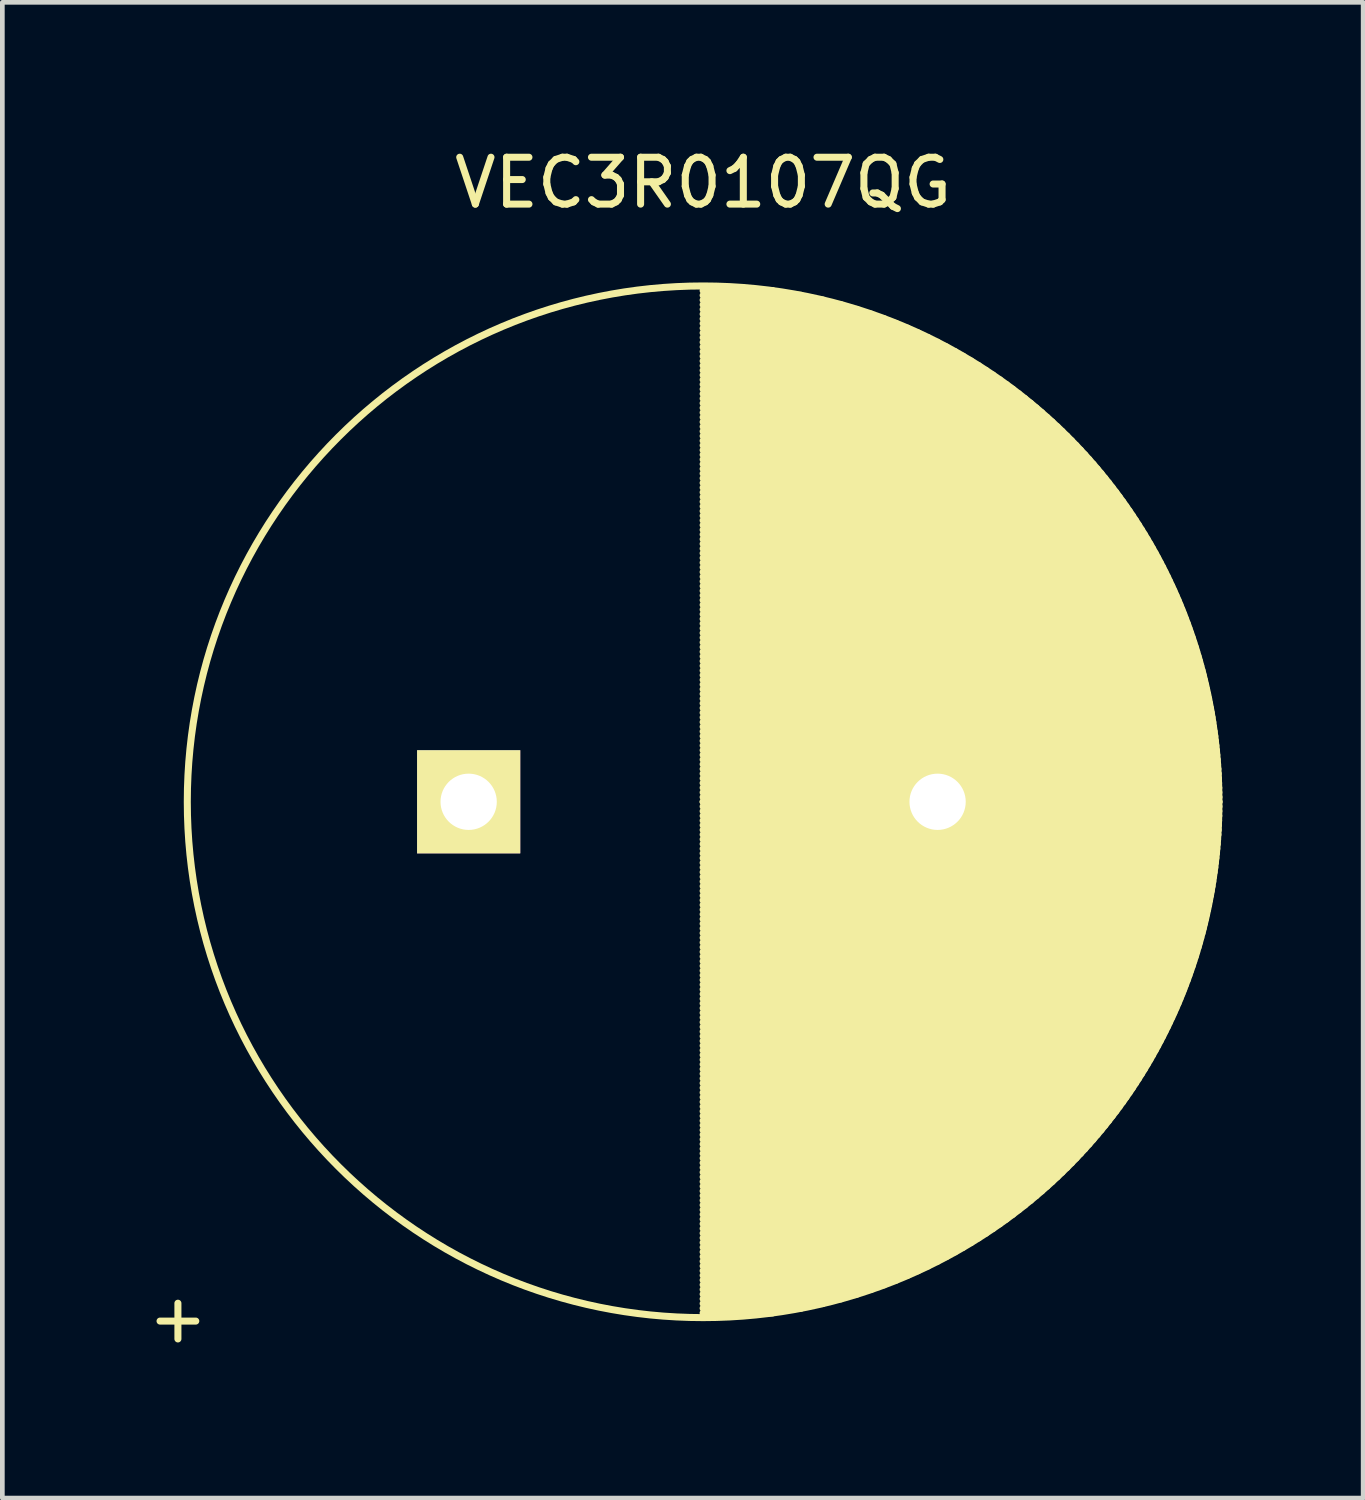
<source format=kicad_pcb>
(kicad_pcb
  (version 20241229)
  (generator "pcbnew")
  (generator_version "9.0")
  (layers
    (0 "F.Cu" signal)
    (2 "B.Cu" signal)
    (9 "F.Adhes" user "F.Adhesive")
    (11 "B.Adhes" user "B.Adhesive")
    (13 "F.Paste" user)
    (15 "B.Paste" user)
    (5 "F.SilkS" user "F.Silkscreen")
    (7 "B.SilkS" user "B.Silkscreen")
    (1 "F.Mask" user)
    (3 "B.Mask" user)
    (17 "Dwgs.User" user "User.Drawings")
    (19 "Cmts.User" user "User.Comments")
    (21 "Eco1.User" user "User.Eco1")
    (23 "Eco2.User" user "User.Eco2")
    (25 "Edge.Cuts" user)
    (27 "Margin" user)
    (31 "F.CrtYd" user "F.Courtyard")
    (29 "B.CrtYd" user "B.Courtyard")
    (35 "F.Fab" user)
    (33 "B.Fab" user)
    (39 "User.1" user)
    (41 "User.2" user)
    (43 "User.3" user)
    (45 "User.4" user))
  (footprint "VEC3R0107QG"
    (layer "F.Cu")
    (at 6.944 14.048)
    (property "Reference" "VEC3R0107QG" (at 5 -13.2 0) (layer "F.SilkS") (effects (font (size 1 1) (thickness 0.15))))
    (attr through_hole)
    (fp_line (start 5 -10.9) (end 6.48 -10.9) (stroke (width 0.15) (type solid)) (layer "F.SilkS"))
    (fp_line (start 5 -10.8) (end 7.088 -10.8) (stroke (width 0.15) (type solid)) (layer "F.SilkS"))
    (fp_line (start 5 -10.7) (end 7.551 -10.7) (stroke (width 0.15) (type solid)) (layer "F.SilkS"))
    (fp_line (start 5 -10.6) (end 7.939 -10.6) (stroke (width 0.15) (type solid)) (layer "F.SilkS"))
    (fp_line (start 5 -10.5) (end 8.279 -10.5) (stroke (width 0.15) (type solid)) (layer "F.SilkS"))
    (fp_line (start 5 -10.4) (end 8.583 -10.4) (stroke (width 0.15) (type solid)) (layer "F.SilkS"))
    (fp_line (start 5 -10.3) (end 8.861 -10.3) (stroke (width 0.15) (type solid)) (layer "F.SilkS"))
    (fp_line (start 5 -10.2) (end 9.118 -10.2) (stroke (width 0.15) (type solid)) (layer "F.SilkS"))
    (fp_line (start 5 -10.1) (end 9.358 -10.1) (stroke (width 0.15) (type solid)) (layer "F.SilkS"))
    (fp_line (start 5 -10) (end 9.583 -10) (stroke (width 0.15) (type solid)) (layer "F.SilkS"))
    (fp_line (start 5 -9.9) (end 9.795 -9.9) (stroke (width 0.15) (type solid)) (layer "F.SilkS"))
    (fp_line (start 5 -9.8) (end 9.996 -9.8) (stroke (width 0.15) (type solid)) (layer "F.SilkS"))
    (fp_line (start 5 -9.7) (end 10.187 -9.7) (stroke (width 0.15) (type solid)) (layer "F.SilkS"))
    (fp_line (start 5 -9.6) (end 10.37 -9.6) (stroke (width 0.15) (type solid)) (layer "F.SilkS"))
    (fp_line (start 5 -9.5) (end 10.545 -9.5) (stroke (width 0.15) (type solid)) (layer "F.SilkS"))
    (fp_line (start 5 -9.4) (end 10.713 -9.4) (stroke (width 0.15) (type solid)) (layer "F.SilkS"))
    (fp_line (start 5 -9.3) (end 10.875 -9.3) (stroke (width 0.15) (type solid)) (layer "F.SilkS"))
    (fp_line (start 5 -9.2) (end 11.03 -9.2) (stroke (width 0.15) (type solid)) (layer "F.SilkS"))
    (fp_line (start 5 -9.1) (end 11.18 -9.1) (stroke (width 0.15) (type solid)) (layer "F.SilkS"))
    (fp_line (start 5 -9) (end 11.325 -9) (stroke (width 0.15) (type solid)) (layer "F.SilkS"))
    (fp_line (start 5 -8.9) (end 11.465 -8.9) (stroke (width 0.15) (type solid)) (layer "F.SilkS"))
    (fp_line (start 5 -8.8) (end 11.6 -8.8) (stroke (width 0.15) (type solid)) (layer "F.SilkS"))
    (fp_line (start 5 -8.7) (end 11.731 -8.7) (stroke (width 0.15) (type solid)) (layer "F.SilkS"))
    (fp_line (start 5 -8.6) (end 11.859 -8.6) (stroke (width 0.15) (type solid)) (layer "F.SilkS"))
    (fp_line (start 5 -8.5) (end 11.982 -8.5) (stroke (width 0.15) (type solid)) (layer "F.SilkS"))
    (fp_line (start 5 -8.4) (end 12.102 -8.4) (stroke (width 0.15) (type solid)) (layer "F.SilkS"))
    (fp_line (start 5 -8.3) (end 12.219 -8.3) (stroke (width 0.15) (type solid)) (layer "F.SilkS"))
    (fp_line (start 5 -8.2) (end 12.332 -8.2) (stroke (width 0.15) (type solid)) (layer "F.SilkS"))
    (fp_line (start 5 -8.1) (end 12.442 -8.1) (stroke (width 0.15) (type solid)) (layer "F.SilkS"))
    (fp_line (start 5 -8) (end 12.55 -8) (stroke (width 0.15) (type solid)) (layer "F.SilkS"))
    (fp_line (start 5 -7.9) (end 12.654 -7.9) (stroke (width 0.15) (type solid)) (layer "F.SilkS"))
    (fp_line (start 5 -7.8) (end 12.756 -7.8) (stroke (width 0.15) (type solid)) (layer "F.SilkS"))
    (fp_line (start 5 -7.7) (end 12.856 -7.7) (stroke (width 0.15) (type solid)) (layer "F.SilkS"))
    (fp_line (start 5 -7.6) (end 12.952 -7.6) (stroke (width 0.15) (type solid)) (layer "F.SilkS"))
    (fp_line (start 5 -7.5) (end 13.047 -7.5) (stroke (width 0.15) (type solid)) (layer "F.SilkS"))
    (fp_line (start 5 -7.4) (end 13.139 -7.4) (stroke (width 0.15) (type solid)) (layer "F.SilkS"))
    (fp_line (start 5 -7.3) (end 13.229 -7.3) (stroke (width 0.15) (type solid)) (layer "F.SilkS"))
    (fp_line (start 5 -7.2) (end 13.316 -7.2) (stroke (width 0.15) (type solid)) (layer "F.SilkS"))
    (fp_line (start 5 -7.1) (end 13.402 -7.1) (stroke (width 0.15) (type solid)) (layer "F.SilkS"))
    (fp_line (start 5 -7) (end 13.485 -7) (stroke (width 0.15) (type solid)) (layer "F.SilkS"))
    (fp_line (start 5 -6.9) (end 13.567 -6.9) (stroke (width 0.15) (type solid)) (layer "F.SilkS"))
    (fp_line (start 5 -6.8) (end 13.646 -6.8) (stroke (width 0.15) (type solid)) (layer "F.SilkS"))
    (fp_line (start 5 -6.7) (end 13.724 -6.7) (stroke (width 0.15) (type solid)) (layer "F.SilkS"))
    (fp_line (start 5 -6.6) (end 13.8 -6.6) (stroke (width 0.15) (type solid)) (layer "F.SilkS"))
    (fp_line (start 5 -6.5) (end 13.874 -6.5) (stroke (width 0.15) (type solid)) (layer "F.SilkS"))
    (fp_line (start 5 -6.4) (end 13.947 -6.4) (stroke (width 0.15) (type solid)) (layer "F.SilkS"))
    (fp_line (start 5 -6.3) (end 14.017 -6.3) (stroke (width 0.15) (type solid)) (layer "F.SilkS"))
    (fp_line (start 5 -6.2) (end 14.086 -6.2) (stroke (width 0.15) (type solid)) (layer "F.SilkS"))
    (fp_line (start 5 -6.1) (end 14.154 -6.1) (stroke (width 0.15) (type solid)) (layer "F.SilkS"))
    (fp_line (start 5 -6) (end 14.22 -6) (stroke (width 0.15) (type solid)) (layer "F.SilkS"))
    (fp_line (start 5 -5.9) (end 14.284 -5.9) (stroke (width 0.15) (type solid)) (layer "F.SilkS"))
    (fp_line (start 5 -5.8) (end 14.347 -5.8) (stroke (width 0.15) (type solid)) (layer "F.SilkS"))
    (fp_line (start 5 -5.7) (end 14.408 -5.7) (stroke (width 0.15) (type solid)) (layer "F.SilkS"))
    (fp_line (start 5 -5.6) (end 14.468 -5.6) (stroke (width 0.15) (type solid)) (layer "F.SilkS"))
    (fp_line (start 5 -5.5) (end 14.526 -5.5) (stroke (width 0.15) (type solid)) (layer "F.SilkS"))
    (fp_line (start 5 -5.4) (end 14.583 -5.4) (stroke (width 0.15) (type solid)) (layer "F.SilkS"))
    (fp_line (start 5 -5.3) (end 14.639 -5.3) (stroke (width 0.15) (type solid)) (layer "F.SilkS"))
    (fp_line (start 5 -5.2) (end 14.693 -5.2) (stroke (width 0.15) (type solid)) (layer "F.SilkS"))
    (fp_line (start 5 -5.1) (end 14.746 -5.1) (stroke (width 0.15) (type solid)) (layer "F.SilkS"))
    (fp_line (start 5 -5) (end 14.798 -5) (stroke (width 0.15) (type solid)) (layer "F.SilkS"))
    (fp_line (start 5 -4.9) (end 14.848 -4.9) (stroke (width 0.15) (type solid)) (layer "F.SilkS"))
    (fp_line (start 5 -4.8) (end 14.897 -4.8) (stroke (width 0.15) (type solid)) (layer "F.SilkS"))
    (fp_line (start 5 -4.7) (end 14.945 -4.7) (stroke (width 0.15) (type solid)) (layer "F.SilkS"))
    (fp_line (start 5 -4.6) (end 14.992 -4.6) (stroke (width 0.15) (type solid)) (layer "F.SilkS"))
    (fp_line (start 5 -4.5) (end 15.037 -4.5) (stroke (width 0.15) (type solid)) (layer "F.SilkS"))
    (fp_line (start 5 -4.4) (end 15.082 -4.4) (stroke (width 0.15) (type solid)) (layer "F.SilkS"))
    (fp_line (start 5 -4.3) (end 15.125 -4.3) (stroke (width 0.15) (type solid)) (layer "F.SilkS"))
    (fp_line (start 5 -4.2) (end 15.167 -4.2) (stroke (width 0.15) (type solid)) (layer "F.SilkS"))
    (fp_line (start 5 -4.1) (end 15.207 -4.1) (stroke (width 0.15) (type solid)) (layer "F.SilkS"))
    (fp_line (start 5 -4) (end 15.247 -4) (stroke (width 0.15) (type solid)) (layer "F.SilkS"))
    (fp_line (start 5 -3.9) (end 15.285 -3.9) (stroke (width 0.15) (type solid)) (layer "F.SilkS"))
    (fp_line (start 5 -3.8) (end 15.323 -3.8) (stroke (width 0.15) (type solid)) (layer "F.SilkS"))
    (fp_line (start 5 -3.7) (end 15.359 -3.7) (stroke (width 0.15) (type solid)) (layer "F.SilkS"))
    (fp_line (start 5 -3.6) (end 15.394 -3.6) (stroke (width 0.15) (type solid)) (layer "F.SilkS"))
    (fp_line (start 5 -3.5) (end 15.428 -3.5) (stroke (width 0.15) (type solid)) (layer "F.SilkS"))
    (fp_line (start 5 -3.4) (end 15.461 -3.4) (stroke (width 0.15) (type solid)) (layer "F.SilkS"))
    (fp_line (start 5 -3.3) (end 15.493 -3.3) (stroke (width 0.15) (type solid)) (layer "F.SilkS"))
    (fp_line (start 5 -3.2) (end 15.524 -3.2) (stroke (width 0.15) (type solid)) (layer "F.SilkS"))
    (fp_line (start 5 -3.1) (end 15.554 -3.1) (stroke (width 0.15) (type solid)) (layer "F.SilkS"))
    (fp_line (start 5 -3) (end 15.583 -3) (stroke (width 0.15) (type solid)) (layer "F.SilkS"))
    (fp_line (start 5 -2.9) (end 15.611 -2.9) (stroke (width 0.15) (type solid)) (layer "F.SilkS"))
    (fp_line (start 5 -2.8) (end 15.638 -2.8) (stroke (width 0.15) (type solid)) (layer "F.SilkS"))
    (fp_line (start 5 -2.7) (end 15.663 -2.7) (stroke (width 0.15) (type solid)) (layer "F.SilkS"))
    (fp_line (start 5 -2.6) (end 15.688 -2.6) (stroke (width 0.15) (type solid)) (layer "F.SilkS"))
    (fp_line (start 5 -2.5) (end 15.712 -2.5) (stroke (width 0.15) (type solid)) (layer "F.SilkS"))
    (fp_line (start 5 -2.4) (end 15.735 -2.4) (stroke (width 0.15) (type solid)) (layer "F.SilkS"))
    (fp_line (start 5 -2.3) (end 15.757 -2.3) (stroke (width 0.15) (type solid)) (layer "F.SilkS"))
    (fp_line (start 5 -2.2) (end 15.778 -2.2) (stroke (width 0.15) (type solid)) (layer "F.SilkS"))
    (fp_line (start 5 -2.1) (end 15.798 -2.1) (stroke (width 0.15) (type solid)) (layer "F.SilkS"))
    (fp_line (start 5 -2) (end 15.817 -2) (stroke (width 0.15) (type solid)) (layer "F.SilkS"))
    (fp_line (start 5 -1.9) (end 15.835 -1.9) (stroke (width 0.15) (type solid)) (layer "F.SilkS"))
    (fp_line (start 5 -1.8) (end 15.852 -1.8) (stroke (width 0.15) (type solid)) (layer "F.SilkS"))
    (fp_line (start 5 -1.7) (end 15.868 -1.7) (stroke (width 0.15) (type solid)) (layer "F.SilkS"))
    (fp_line (start 5 -1.6) (end 15.883 -1.6) (stroke (width 0.15) (type solid)) (layer "F.SilkS"))
    (fp_line (start 5 -1.5) (end 15.897 -1.5) (stroke (width 0.15) (type solid)) (layer "F.SilkS"))
    (fp_line (start 5 -1.4) (end 15.911 -1.4) (stroke (width 0.15) (type solid)) (layer "F.SilkS"))
    (fp_line (start 5 -1.3) (end 15.923 -1.3) (stroke (width 0.15) (type solid)) (layer "F.SilkS"))
    (fp_line (start 5 -1.2) (end 15.934 -1.2) (stroke (width 0.15) (type solid)) (layer "F.SilkS"))
    (fp_line (start 5 -1.1) (end 15.945 -1.1) (stroke (width 0.15) (type solid)) (layer "F.SilkS"))
    (fp_line (start 5 -1) (end 15.954 -1) (stroke (width 0.15) (type solid)) (layer "F.SilkS"))
    (fp_line (start 5 -0.9) (end 15.963 -0.9) (stroke (width 0.15) (type solid)) (layer "F.SilkS"))
    (fp_line (start 5 -0.8) (end 15.971 -0.8) (stroke (width 0.15) (type solid)) (layer "F.SilkS"))
    (fp_line (start 5 -0.7) (end 15.978 -0.7) (stroke (width 0.15) (type solid)) (layer "F.SilkS"))
    (fp_line (start 5 -0.6) (end 15.984 -0.6) (stroke (width 0.15) (type solid)) (layer "F.SilkS"))
    (fp_line (start 5 -0.5) (end 15.989 -0.5) (stroke (width 0.15) (type solid)) (layer "F.SilkS"))
    (fp_line (start 5 -0.4) (end 15.993 -0.4) (stroke (width 0.15) (type solid)) (layer "F.SilkS"))
    (fp_line (start 5 -0.3) (end 15.996 -0.3) (stroke (width 0.15) (type solid)) (layer "F.SilkS"))
    (fp_line (start 5 -0.2) (end 15.998 -0.2) (stroke (width 0.15) (type solid)) (layer "F.SilkS"))
    (fp_line (start 5 -0.1) (end 16 -0.1) (stroke (width 0.15) (type solid)) (layer "F.SilkS"))
    (fp_line (start 5 0) (end 16 0) (stroke (width 0.15) (type solid)) (layer "F.SilkS"))
    (fp_line (start 5 0) (end 16 0) (stroke (width 0.15) (type solid)) (layer "F.SilkS"))
    (fp_line (start 5 0.1) (end 16 0.1) (stroke (width 0.15) (type solid)) (layer "F.SilkS"))
    (fp_line (start 5 0.2) (end 15.998 0.2) (stroke (width 0.15) (type solid)) (layer "F.SilkS"))
    (fp_line (start 5 0.3) (end 15.996 0.3) (stroke (width 0.15) (type solid)) (layer "F.SilkS"))
    (fp_line (start 5 0.4) (end 15.993 0.4) (stroke (width 0.15) (type solid)) (layer "F.SilkS"))
    (fp_line (start 5 0.5) (end 15.989 0.5) (stroke (width 0.15) (type solid)) (layer "F.SilkS"))
    (fp_line (start 5 0.6) (end 15.984 0.6) (stroke (width 0.15) (type solid)) (layer "F.SilkS"))
    (fp_line (start 5 0.7) (end 15.978 0.7) (stroke (width 0.15) (type solid)) (layer "F.SilkS"))
    (fp_line (start 5 0.8) (end 15.971 0.8) (stroke (width 0.15) (type solid)) (layer "F.SilkS"))
    (fp_line (start 5 0.9) (end 15.963 0.9) (stroke (width 0.15) (type solid)) (layer "F.SilkS"))
    (fp_line (start 5 1) (end 15.954 1) (stroke (width 0.15) (type solid)) (layer "F.SilkS"))
    (fp_line (start 5 1.1) (end 15.945 1.1) (stroke (width 0.15) (type solid)) (layer "F.SilkS"))
    (fp_line (start 5 1.2) (end 15.934 1.2) (stroke (width 0.15) (type solid)) (layer "F.SilkS"))
    (fp_line (start 5 1.3) (end 15.923 1.3) (stroke (width 0.15) (type solid)) (layer "F.SilkS"))
    (fp_line (start 5 1.4) (end 15.911 1.4) (stroke (width 0.15) (type solid)) (layer "F.SilkS"))
    (fp_line (start 5 1.5) (end 15.897 1.5) (stroke (width 0.15) (type solid)) (layer "F.SilkS"))
    (fp_line (start 5 1.6) (end 15.883 1.6) (stroke (width 0.15) (type solid)) (layer "F.SilkS"))
    (fp_line (start 5 1.7) (end 15.868 1.7) (stroke (width 0.15) (type solid)) (layer "F.SilkS"))
    (fp_line (start 5 1.8) (end 15.852 1.8) (stroke (width 0.15) (type solid)) (layer "F.SilkS"))
    (fp_line (start 5 1.9) (end 15.835 1.9) (stroke (width 0.15) (type solid)) (layer "F.SilkS"))
    (fp_line (start 5 2) (end 15.817 2) (stroke (width 0.15) (type solid)) (layer "F.SilkS"))
    (fp_line (start 5 2.1) (end 15.798 2.1) (stroke (width 0.15) (type solid)) (layer "F.SilkS"))
    (fp_line (start 5 2.2) (end 15.778 2.2) (stroke (width 0.15) (type solid)) (layer "F.SilkS"))
    (fp_line (start 5 2.3) (end 15.757 2.3) (stroke (width 0.15) (type solid)) (layer "F.SilkS"))
    (fp_line (start 5 2.4) (end 15.735 2.4) (stroke (width 0.15) (type solid)) (layer "F.SilkS"))
    (fp_line (start 5 2.5) (end 15.712 2.5) (stroke (width 0.15) (type solid)) (layer "F.SilkS"))
    (fp_line (start 5 2.6) (end 15.688 2.6) (stroke (width 0.15) (type solid)) (layer "F.SilkS"))
    (fp_line (start 5 2.7) (end 15.663 2.7) (stroke (width 0.15) (type solid)) (layer "F.SilkS"))
    (fp_line (start 5 2.8) (end 15.638 2.8) (stroke (width 0.15) (type solid)) (layer "F.SilkS"))
    (fp_line (start 5 2.9) (end 15.611 2.9) (stroke (width 0.15) (type solid)) (layer "F.SilkS"))
    (fp_line (start 5 3) (end 15.583 3) (stroke (width 0.15) (type solid)) (layer "F.SilkS"))
    (fp_line (start 5 3.1) (end 15.554 3.1) (stroke (width 0.15) (type solid)) (layer "F.SilkS"))
    (fp_line (start 5 3.2) (end 15.524 3.2) (stroke (width 0.15) (type solid)) (layer "F.SilkS"))
    (fp_line (start 5 3.3) (end 15.493 3.3) (stroke (width 0.15) (type solid)) (layer "F.SilkS"))
    (fp_line (start 5 3.4) (end 15.461 3.4) (stroke (width 0.15) (type solid)) (layer "F.SilkS"))
    (fp_line (start 5 3.5) (end 15.428 3.5) (stroke (width 0.15) (type solid)) (layer "F.SilkS"))
    (fp_line (start 5 3.6) (end 15.394 3.6) (stroke (width 0.15) (type solid)) (layer "F.SilkS"))
    (fp_line (start 5 3.7) (end 15.359 3.7) (stroke (width 0.15) (type solid)) (layer "F.SilkS"))
    (fp_line (start 5 3.8) (end 15.323 3.8) (stroke (width 0.15) (type solid)) (layer "F.SilkS"))
    (fp_line (start 5 3.9) (end 15.285 3.9) (stroke (width 0.15) (type solid)) (layer "F.SilkS"))
    (fp_line (start 5 4) (end 15.247 4) (stroke (width 0.15) (type solid)) (layer "F.SilkS"))
    (fp_line (start 5 4.1) (end 15.207 4.1) (stroke (width 0.15) (type solid)) (layer "F.SilkS"))
    (fp_line (start 5 4.2) (end 15.167 4.2) (stroke (width 0.15) (type solid)) (layer "F.SilkS"))
    (fp_line (start 5 4.3) (end 15.125 4.3) (stroke (width 0.15) (type solid)) (layer "F.SilkS"))
    (fp_line (start 5 4.4) (end 15.082 4.4) (stroke (width 0.15) (type solid)) (layer "F.SilkS"))
    (fp_line (start 5 4.5) (end 15.037 4.5) (stroke (width 0.15) (type solid)) (layer "F.SilkS"))
    (fp_line (start 5 4.6) (end 14.992 4.6) (stroke (width 0.15) (type solid)) (layer "F.SilkS"))
    (fp_line (start 5 4.7) (end 14.945 4.7) (stroke (width 0.15) (type solid)) (layer "F.SilkS"))
    (fp_line (start 5 4.8) (end 14.897 4.8) (stroke (width 0.15) (type solid)) (layer "F.SilkS"))
    (fp_line (start 5 4.9) (end 14.848 4.9) (stroke (width 0.15) (type solid)) (layer "F.SilkS"))
    (fp_line (start 5 5) (end 14.798 5) (stroke (width 0.15) (type solid)) (layer "F.SilkS"))
    (fp_line (start 5 5.1) (end 14.746 5.1) (stroke (width 0.15) (type solid)) (layer "F.SilkS"))
    (fp_line (start 5 5.2) (end 14.693 5.2) (stroke (width 0.15) (type solid)) (layer "F.SilkS"))
    (fp_line (start 5 5.3) (end 14.639 5.3) (stroke (width 0.15) (type solid)) (layer "F.SilkS"))
    (fp_line (start 5 5.4) (end 14.583 5.4) (stroke (width 0.15) (type solid)) (layer "F.SilkS"))
    (fp_line (start 5 5.5) (end 14.526 5.5) (stroke (width 0.15) (type solid)) (layer "F.SilkS"))
    (fp_line (start 5 5.6) (end 14.468 5.6) (stroke (width 0.15) (type solid)) (layer "F.SilkS"))
    (fp_line (start 5 5.7) (end 14.408 5.7) (stroke (width 0.15) (type solid)) (layer "F.SilkS"))
    (fp_line (start 5 5.8) (end 14.347 5.8) (stroke (width 0.15) (type solid)) (layer "F.SilkS"))
    (fp_line (start 5 5.9) (end 14.284 5.9) (stroke (width 0.15) (type solid)) (layer "F.SilkS"))
    (fp_line (start 5 6) (end 14.22 6) (stroke (width 0.15) (type solid)) (layer "F.SilkS"))
    (fp_line (start 5 6.1) (end 14.154 6.1) (stroke (width 0.15) (type solid)) (layer "F.SilkS"))
    (fp_line (start 5 6.2) (end 14.086 6.2) (stroke (width 0.15) (type solid)) (layer "F.SilkS"))
    (fp_line (start 5 6.3) (end 14.017 6.3) (stroke (width 0.15) (type solid)) (layer "F.SilkS"))
    (fp_line (start 5 6.4) (end 13.947 6.4) (stroke (width 0.15) (type solid)) (layer "F.SilkS"))
    (fp_line (start 5 6.5) (end 13.874 6.5) (stroke (width 0.15) (type solid)) (layer "F.SilkS"))
    (fp_line (start 5 6.6) (end 13.8 6.6) (stroke (width 0.15) (type solid)) (layer "F.SilkS"))
    (fp_line (start 5 6.7) (end 13.724 6.7) (stroke (width 0.15) (type solid)) (layer "F.SilkS"))
    (fp_line (start 5 6.8) (end 13.646 6.8) (stroke (width 0.15) (type solid)) (layer "F.SilkS"))
    (fp_line (start 5 6.9) (end 13.567 6.9) (stroke (width 0.15) (type solid)) (layer "F.SilkS"))
    (fp_line (start 5 7) (end 13.485 7) (stroke (width 0.15) (type solid)) (layer "F.SilkS"))
    (fp_line (start 5 7.1) (end 13.402 7.1) (stroke (width 0.15) (type solid)) (layer "F.SilkS"))
    (fp_line (start 5 7.2) (end 13.316 7.2) (stroke (width 0.15) (type solid)) (layer "F.SilkS"))
    (fp_line (start 5 7.3) (end 13.229 7.3) (stroke (width 0.15) (type solid)) (layer "F.SilkS"))
    (fp_line (start 5 7.4) (end 13.139 7.4) (stroke (width 0.15) (type solid)) (layer "F.SilkS"))
    (fp_line (start 5 7.5) (end 13.047 7.5) (stroke (width 0.15) (type solid)) (layer "F.SilkS"))
    (fp_line (start 5 7.6) (end 12.952 7.6) (stroke (width 0.15) (type solid)) (layer "F.SilkS"))
    (fp_line (start 5 7.7) (end 12.856 7.7) (stroke (width 0.15) (type solid)) (layer "F.SilkS"))
    (fp_line (start 5 7.8) (end 12.756 7.8) (stroke (width 0.15) (type solid)) (layer "F.SilkS"))
    (fp_line (start 5 7.9) (end 12.654 7.9) (stroke (width 0.15) (type solid)) (layer "F.SilkS"))
    (fp_line (start 5 8) (end 12.55 8) (stroke (width 0.15) (type solid)) (layer "F.SilkS"))
    (fp_line (start 5 8.1) (end 12.442 8.1) (stroke (width 0.15) (type solid)) (layer "F.SilkS"))
    (fp_line (start 5 8.2) (end 12.332 8.2) (stroke (width 0.15) (type solid)) (layer "F.SilkS"))
    (fp_line (start 5 8.3) (end 12.219 8.3) (stroke (width 0.15) (type solid)) (layer "F.SilkS"))
    (fp_line (start 5 8.4) (end 12.102 8.4) (stroke (width 0.15) (type solid)) (layer "F.SilkS"))
    (fp_line (start 5 8.5) (end 11.982 8.5) (stroke (width 0.15) (type solid)) (layer "F.SilkS"))
    (fp_line (start 5 8.6) (end 11.859 8.6) (stroke (width 0.15) (type solid)) (layer "F.SilkS"))
    (fp_line (start 5 8.7) (end 11.731 8.7) (stroke (width 0.15) (type solid)) (layer "F.SilkS"))
    (fp_line (start 5 8.8) (end 11.6 8.8) (stroke (width 0.15) (type solid)) (layer "F.SilkS"))
    (fp_line (start 5 8.9) (end 11.465 8.9) (stroke (width 0.15) (type solid)) (layer "F.SilkS"))
    (fp_line (start 5 9) (end 11.325 9) (stroke (width 0.15) (type solid)) (layer "F.SilkS"))
    (fp_line (start 5 9.1) (end 11.18 9.1) (stroke (width 0.15) (type solid)) (layer "F.SilkS"))
    (fp_line (start 5 9.2) (end 11.03 9.2) (stroke (width 0.15) (type solid)) (layer "F.SilkS"))
    (fp_line (start 5 9.3) (end 10.875 9.3) (stroke (width 0.15) (type solid)) (layer "F.SilkS"))
    (fp_line (start 5 9.4) (end 10.713 9.4) (stroke (width 0.15) (type solid)) (layer "F.SilkS"))
    (fp_line (start 5 9.5) (end 10.545 9.5) (stroke (width 0.15) (type solid)) (layer "F.SilkS"))
    (fp_line (start 5 9.6) (end 10.37 9.6) (stroke (width 0.15) (type solid)) (layer "F.SilkS"))
    (fp_line (start 5 9.7) (end 10.187 9.7) (stroke (width 0.15) (type solid)) (layer "F.SilkS"))
    (fp_line (start 5 9.8) (end 9.996 9.8) (stroke (width 0.15) (type solid)) (layer "F.SilkS"))
    (fp_line (start 5 9.9) (end 9.795 9.9) (stroke (width 0.15) (type solid)) (layer "F.SilkS"))
    (fp_line (start 5 10) (end 9.583 10) (stroke (width 0.15) (type solid)) (layer "F.SilkS"))
    (fp_line (start 5 10.1) (end 9.358 10.1) (stroke (width 0.15) (type solid)) (layer "F.SilkS"))
    (fp_line (start 5 10.2) (end 9.118 10.2) (stroke (width 0.15) (type solid)) (layer "F.SilkS"))
    (fp_line (start 5 10.3) (end 8.861 10.3) (stroke (width 0.15) (type solid)) (layer "F.SilkS"))
    (fp_line (start 5 10.4) (end 8.583 10.4) (stroke (width 0.15) (type solid)) (layer "F.SilkS"))
    (fp_line (start 5 10.5) (end 8.279 10.5) (stroke (width 0.15) (type solid)) (layer "F.SilkS"))
    (fp_line (start 5 10.6) (end 7.939 10.6) (stroke (width 0.15) (type solid)) (layer "F.SilkS"))
    (fp_line (start 5 10.7) (end 7.551 10.7) (stroke (width 0.15) (type solid)) (layer "F.SilkS"))
    (fp_line (start 5 10.8) (end 7.088 10.8) (stroke (width 0.15) (type solid)) (layer "F.SilkS"))
    (fp_line (start 5 10.9) (end 6.48 10.9) (stroke (width 0.15) (type solid)) (layer "F.SilkS"))
    (fp_circle (center 5 0) (end 5 -11) (stroke (width 0.15) (type solid)) (fill no) (layer "F.SilkS"))
    (fp_text user "+" (at -6.2 11 0) (layer "F.SilkS") (effects (font (size 1 1) (thickness 0.15))))
    (pad "1" thru_hole rect (at 0 0) (size 2.2 2.2) (drill 1.2) (layers "*.Cu" "*.Mask" "F.SilkS"))
    (pad "2" thru_hole circle (at 10 0) (size 2.2 2.2) (drill 1.2) (layers "*.Cu" "*.Mask" "F.SilkS")))
  (gr_rect
    (start -3 -3)
    (end 26.019 28.896)
    (stroke (width 0.1) (type default))
    (fill no)
    (layer "Edge.Cuts")))
</source>
